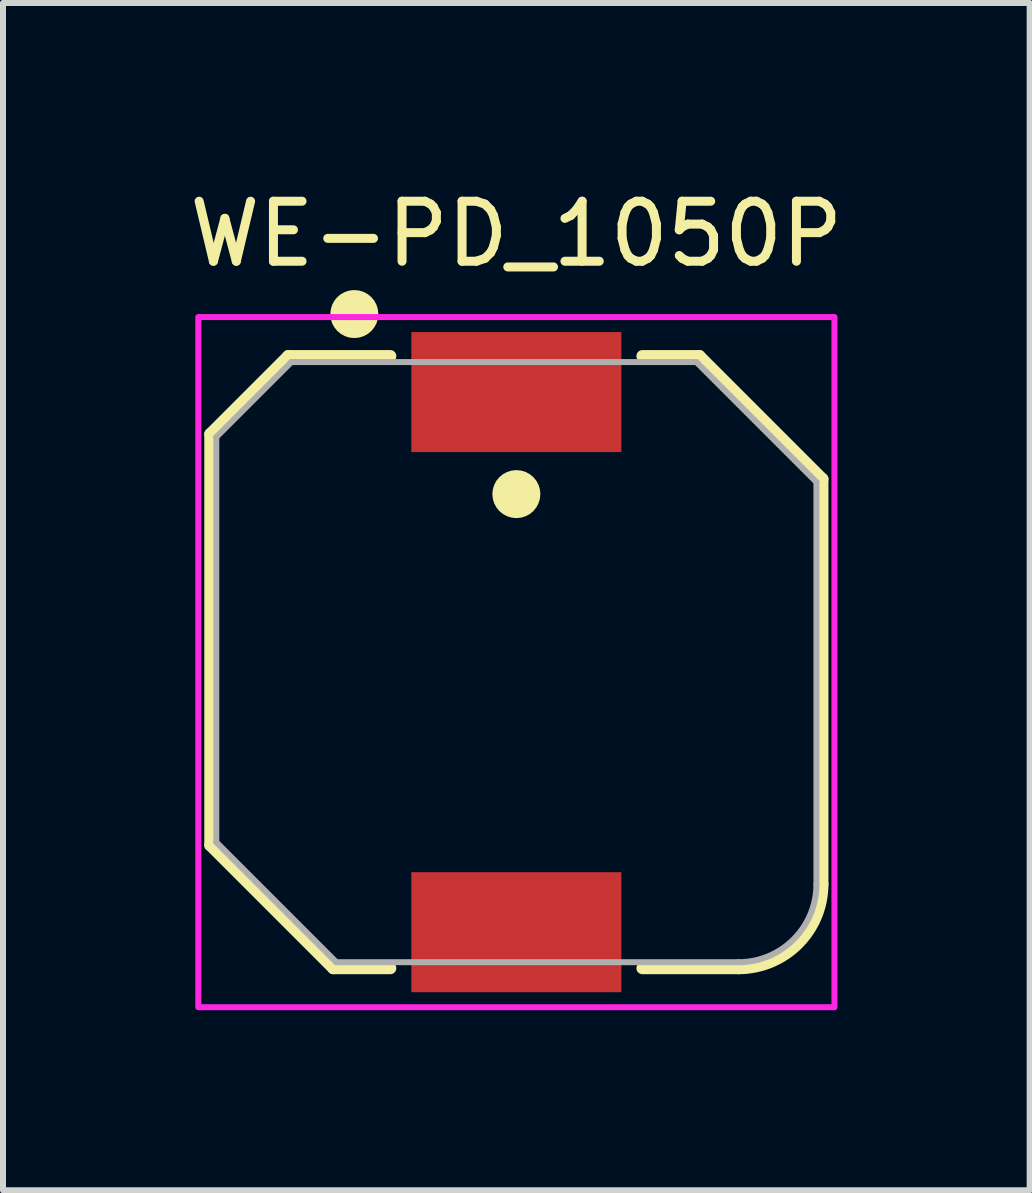
<source format=kicad_pcb>
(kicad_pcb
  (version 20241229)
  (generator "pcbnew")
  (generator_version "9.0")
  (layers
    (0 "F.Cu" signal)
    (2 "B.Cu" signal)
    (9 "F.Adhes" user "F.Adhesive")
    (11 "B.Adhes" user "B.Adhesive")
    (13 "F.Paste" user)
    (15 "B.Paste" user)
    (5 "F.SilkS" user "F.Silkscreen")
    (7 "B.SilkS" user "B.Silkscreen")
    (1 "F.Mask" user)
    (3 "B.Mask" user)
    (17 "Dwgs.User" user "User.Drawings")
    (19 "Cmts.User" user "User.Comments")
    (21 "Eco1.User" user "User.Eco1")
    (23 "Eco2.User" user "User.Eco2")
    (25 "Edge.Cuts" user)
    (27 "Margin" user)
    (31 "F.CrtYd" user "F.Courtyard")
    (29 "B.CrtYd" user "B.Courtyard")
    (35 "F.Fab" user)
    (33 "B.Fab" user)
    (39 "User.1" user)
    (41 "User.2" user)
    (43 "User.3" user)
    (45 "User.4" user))
  (footprint "WE-PD_1050P"
    (layer "F.Cu")
    (at 5.554 7.983)
    (property "Reference" "WE-PD_1050P" (at 0 -7.135 0) (layer "F.SilkS") (effects (font (size 1 1) (thickness 0.15))))
    (attr smd)
    (fp_line (start -5.1 -3.8) (end -5.1 3.05) (stroke (width 0.2) (type solid)) (layer "F.SilkS"))
    (fp_line (start -5.1 3.05) (end -3.05 5.1) (stroke (width 0.2) (type solid)) (layer "F.SilkS"))
    (fp_line (start -3.8 -5.1) (end -5.1 -3.8) (stroke (width 0.2) (type solid)) (layer "F.SilkS"))
    (fp_line (start -3.05 5.1) (end -2.1 5.1) (stroke (width 0.2) (type solid)) (layer "F.SilkS"))
    (fp_line (start -2.1 -5.1) (end -3.8 -5.1) (stroke (width 0.2) (type solid)) (layer "F.SilkS"))
    (fp_line (start 3.05 -5.1) (end 2.1 -5.1) (stroke (width 0.2) (type solid)) (layer "F.SilkS"))
    (fp_line (start 3.7 5.1) (end 2.1 5.1) (stroke (width 0.2) (type solid)) (layer "F.SilkS"))
    (fp_line (start 5.1 -3.05) (end 3.05 -5.1) (stroke (width 0.2) (type solid)) (layer "F.SilkS"))
    (fp_line (start 5.1 -3.05) (end 5.1 3.7) (stroke (width 0.2) (type solid)) (layer "F.SilkS"))
    (fp_arc (start 5.1 3.7) (mid 4.689949 4.689949) (end 3.7 5.1) (stroke (width 0.2) (type solid)) (layer "F.SilkS"))
    (fp_circle (center -2.7 -5.8) (end -2.5 -5.8) (stroke (width 0.4) (type solid)) (fill no) (layer "F.SilkS"))
    (fp_circle (center 0 -2.8) (end 0.2 -2.8) (stroke (width 0.4) (type solid)) (fill no) (layer "F.SilkS"))
    (fp_poly (pts (xy 5.3 -5.75) (xy 5.3 5.75) (xy -5.3 5.75) (xy -5.3 -5.75)) (stroke (width 0.1) (type solid)) (fill no) (layer "F.CrtYd"))
    (fp_line (start -5 -3.75) (end -5 3) (stroke (width 0.1) (type solid)) (layer "F.Fab"))
    (fp_line (start -3.75 -5) (end -5 -3.75) (stroke (width 0.1) (type solid)) (layer "F.Fab"))
    (fp_line (start -3 5) (end -5 3) (stroke (width 0.1) (type solid)) (layer "F.Fab"))
    (fp_line (start -3 5) (end 3.7 5) (stroke (width 0.1) (type solid)) (layer "F.Fab"))
    (fp_line (start 3 -5) (end -3.75 -5) (stroke (width 0.1) (type solid)) (layer "F.Fab"))
    (fp_line (start 3 -5) (end 5 -3) (stroke (width 0.1) (type solid)) (layer "F.Fab"))
    (fp_line (start 5 3.7) (end 5 -3) (stroke (width 0.1) (type solid)) (layer "F.Fab"))
    (fp_arc (start 5 3.7) (mid 4.619239 4.619239) (end 3.7 5) (stroke (width 0.1) (type solid)) (layer "F.Fab"))
    (pad "1" smd rect (at 0 -4.5) (size 3.5 2) (layers "F.Cu" "F.Mask" "F.Paste"))
    (pad "2" smd rect (at 0 4.5) (size 3.5 2) (layers "F.Cu" "F.Mask" "F.Paste"))
    (zone (net_name "") (layer "F.Cu") (hatch full 0.508) (connect_pads) (min_thickness 0.1) (filled_areas_thickness no) (keepout (tracks not_allowed) (vias not_allowed) (pads not_allowed) (copperpour not_allowed) (footprints allowed)) (placement (enabled no)) (fill) (polygon (pts (xy 2.554 12.983) (xy 0.554 10.983) (xy 0.554 4.233) (xy 1.804 2.983) (xy 3.604 2.983) (xy 3.604 4.683) (xy 7.504 4.683) (xy 7.504 2.983) (xy 8.554 2.983) (xy 10.554 4.983) (xy 10.554 11.683) (xy 10.552 11.751) (xy 10.547 11.819) (xy 10.538 11.886) (xy 10.526 11.953) (xy 10.51 12.019) (xy 10.49 12.085) (xy 10.468 12.149) (xy 10.442 12.212) (xy 10.412 12.273) (xy 10.38 12.333) (xy 10.344 12.391) (xy 10.306 12.447) (xy 10.264 12.501) (xy 10.22 12.553) (xy 10.173 12.602) (xy 10.124 12.649) (xy 10.072 12.693) (xy 10.018 12.735) (xy 9.962 12.773) (xy 9.904 12.809) (xy 9.844 12.841) (xy 9.783 12.871) (xy 9.72 12.897) (xy 9.656 12.919) (xy 9.59 12.939) (xy 9.524 12.955) (xy 9.457 12.967) (xy 9.39 12.976) (xy 9.322 12.981) (xy 9.254 12.983) (xy 7.504 12.983) (xy 7.504 11.283) (xy 3.604 11.283) (xy 3.604 12.983))))
    (zone (net_name "") (layers "F.Cu" "B.Cu") (hatch full 0.508) (connect_pads) (min_thickness 0.1) (filled_areas_thickness no) (keepout (tracks allowed) (vias not_allowed) (pads allowed) (copperpour allowed) (footprints allowed)) (placement (enabled no)) (fill) (polygon (pts (xy 2.554 12.983) (xy 0.554 10.983) (xy 0.554 4.233) (xy 1.804 2.983) (xy 3.604 2.983) (xy 3.604 4.683) (xy 7.504 4.683) (xy 7.504 2.983) (xy 8.554 2.983) (xy 10.554 4.983) (xy 10.554 11.683) (xy 10.552 11.751) (xy 10.547 11.819) (xy 10.538 11.886) (xy 10.526 11.953) (xy 10.51 12.019) (xy 10.49 12.085) (xy 10.468 12.149) (xy 10.442 12.212) (xy 10.412 12.273) (xy 10.38 12.333) (xy 10.344 12.391) (xy 10.306 12.447) (xy 10.264 12.501) (xy 10.22 12.553) (xy 10.173 12.602) (xy 10.124 12.649) (xy 10.072 12.693) (xy 10.018 12.735) (xy 9.962 12.773) (xy 9.904 12.809) (xy 9.844 12.841) (xy 9.783 12.871) (xy 9.72 12.897) (xy 9.656 12.919) (xy 9.59 12.939) (xy 9.524 12.955) (xy 9.457 12.967) (xy 9.39 12.976) (xy 9.322 12.981) (xy 9.254 12.983) (xy 7.504 12.983) (xy 7.504 11.283) (xy 3.604 11.283) (xy 3.604 12.983)))))
  (gr_rect
    (start -3 -3)
    (end 14.107 16.783)
    (stroke (width 0.1) (type default))
    (fill no)
    (layer "Edge.Cuts")))
</source>
